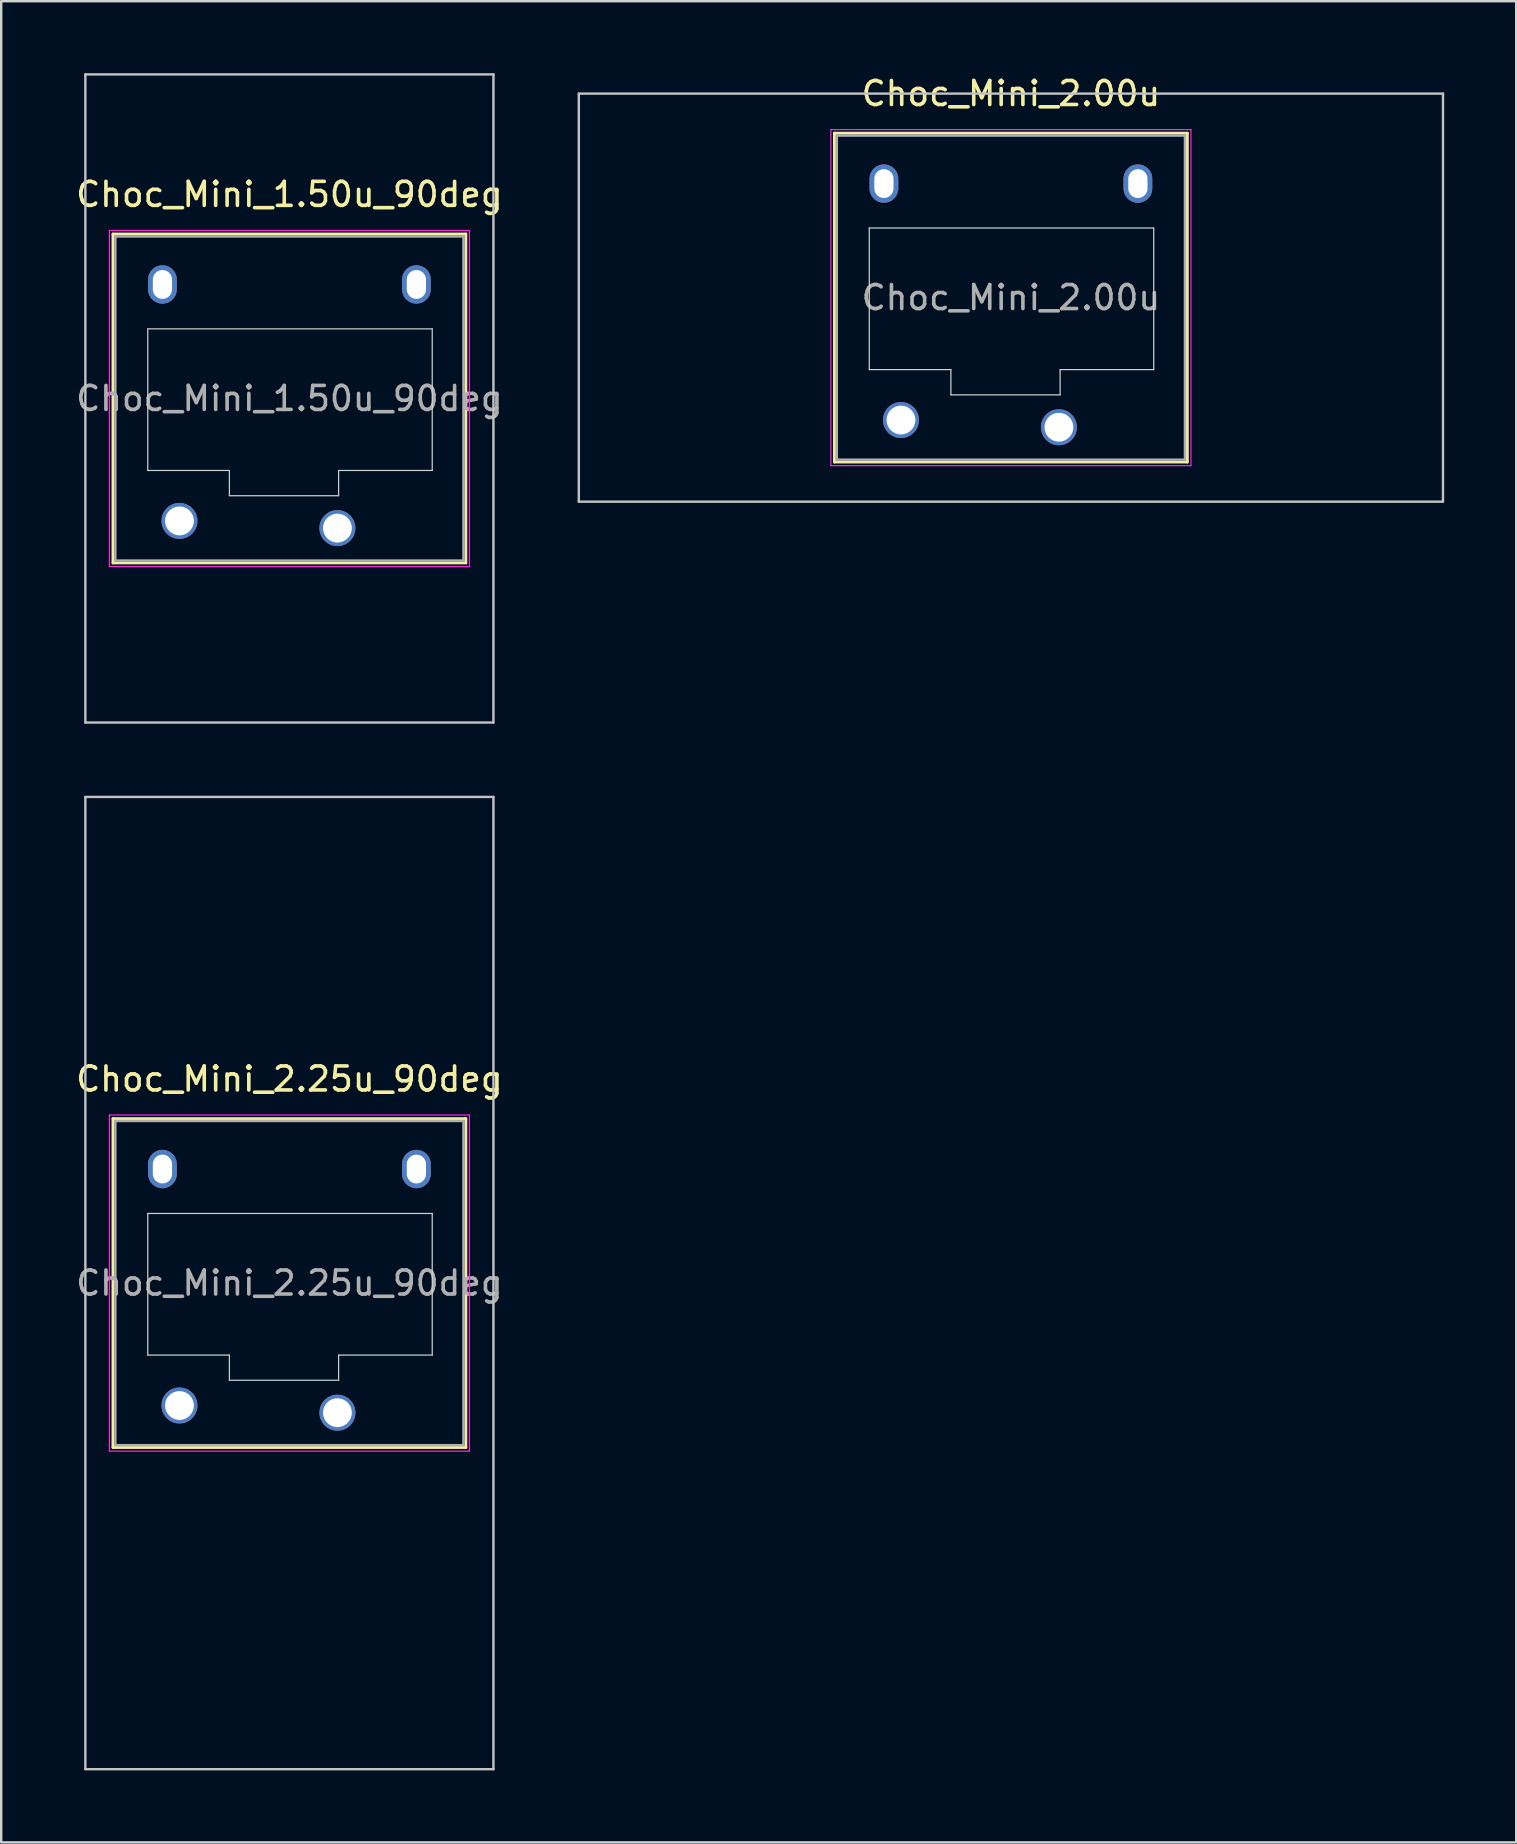
<source format=kicad_pcb>
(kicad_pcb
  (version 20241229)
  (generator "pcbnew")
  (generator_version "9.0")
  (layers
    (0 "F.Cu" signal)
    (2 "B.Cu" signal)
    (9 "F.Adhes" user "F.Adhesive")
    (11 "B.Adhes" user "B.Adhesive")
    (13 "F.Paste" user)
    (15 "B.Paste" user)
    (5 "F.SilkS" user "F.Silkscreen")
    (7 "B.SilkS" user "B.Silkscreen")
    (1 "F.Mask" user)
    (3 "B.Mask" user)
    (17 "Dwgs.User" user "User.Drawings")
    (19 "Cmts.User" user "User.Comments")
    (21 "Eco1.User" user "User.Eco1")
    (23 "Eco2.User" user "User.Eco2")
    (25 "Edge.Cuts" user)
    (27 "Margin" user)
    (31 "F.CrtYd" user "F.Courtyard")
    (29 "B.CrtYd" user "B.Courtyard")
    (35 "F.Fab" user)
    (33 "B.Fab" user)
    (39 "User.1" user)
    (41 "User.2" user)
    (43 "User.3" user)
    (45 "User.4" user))
  (footprint "Choc_Mini_2.25u_90deg"
    (layer "F.Cu")
    (at 9.006 50.4)
    (property "Reference" "Choc_Mini_2.25u_90deg" (at 0 -8.5 0) (layer "F.SilkS") (effects (font (size 1 1) (thickness 0.15))))
    (attr through_hole)
    (fp_line (start -7.35 -6.85) (end -7.35 6.85) (stroke (width 0.12) (type solid)) (layer "F.SilkS"))
    (fp_line (start -7.35 6.85) (end 7.35 6.85) (stroke (width 0.12) (type solid)) (layer "F.SilkS"))
    (fp_line (start 7.35 -6.85) (end -7.35 -6.85) (stroke (width 0.12) (type solid)) (layer "F.SilkS"))
    (fp_line (start 7.35 6.85) (end 7.35 -6.85) (stroke (width 0.12) (type solid)) (layer "F.SilkS"))
    (fp_line (start -8.5 -20.25) (end 8.5 -20.25) (stroke (width 0.1) (type solid)) (layer "Dwgs.User"))
    (fp_line (start -8.5 20.25) (end -8.5 -20.25) (stroke (width 0.1) (type solid)) (layer "Dwgs.User"))
    (fp_line (start 8.5 -20.25) (end 8.5 20.25) (stroke (width 0.1) (type solid)) (layer "Dwgs.User"))
    (fp_line (start 8.5 20.25) (end -8.5 20.25) (stroke (width 0.1) (type solid)) (layer "Dwgs.User"))
    (fp_line (start -6.85 -6.35) (end -6.85 6.35) (stroke (width 0.1) (type solid)) (layer "Eco1.User"))
    (fp_line (start -6.85 6.35) (end 6.85 6.35) (stroke (width 0.1) (type solid)) (layer "Eco1.User"))
    (fp_line (start 6.85 -6.35) (end -6.85 -6.35) (stroke (width 0.1) (type solid)) (layer "Eco1.User"))
    (fp_line (start 6.85 6.35) (end 6.85 -6.35) (stroke (width 0.1) (type solid)) (layer "Eco1.User"))
    (fp_line (start -5.9 -2.9) (end -5.9 3) (stroke (width 0.05) (type solid)) (layer "Edge.Cuts"))
    (fp_line (start -5.9 3) (end -2.5 3) (stroke (width 0.05) (type solid)) (layer "Edge.Cuts"))
    (fp_line (start -2.5 3) (end -2.5 4.05) (stroke (width 0.05) (type solid)) (layer "Edge.Cuts"))
    (fp_line (start -2.5 4.05) (end 2.05 4.05) (stroke (width 0.05) (type solid)) (layer "Edge.Cuts"))
    (fp_line (start 2.05 3) (end 5.95 3) (stroke (width 0.05) (type solid)) (layer "Edge.Cuts"))
    (fp_line (start 2.05 4.05) (end 2.05 3) (stroke (width 0.05) (type solid)) (layer "Edge.Cuts"))
    (fp_line (start 5.95 -2.9) (end -5.9 -2.9) (stroke (width 0.05) (type solid)) (layer "Edge.Cuts"))
    (fp_line (start 5.95 3) (end 5.95 -2.9) (stroke (width 0.05) (type solid)) (layer "Edge.Cuts"))
    (fp_line (start -7.5 -7) (end -7.5 7) (stroke (width 0.05) (type solid)) (layer "F.CrtYd"))
    (fp_line (start -7.5 7) (end 7.5 7) (stroke (width 0.05) (type solid)) (layer "F.CrtYd"))
    (fp_line (start 7.5 -7) (end -7.5 -7) (stroke (width 0.05) (type solid)) (layer "F.CrtYd"))
    (fp_line (start 7.5 7) (end 7.5 -7) (stroke (width 0.05) (type solid)) (layer "F.CrtYd"))
    (fp_line (start -7.25 -6.75) (end -7.25 6.75) (stroke (width 0.1) (type solid)) (layer "F.Fab"))
    (fp_line (start -7.25 6.75) (end 7.25 6.75) (stroke (width 0.1) (type solid)) (layer "F.Fab"))
    (fp_line (start 7.25 -6.75) (end -7.25 -6.75) (stroke (width 0.1) (type solid)) (layer "F.Fab"))
    (fp_line (start 7.25 6.75) (end 7.25 -6.75) (stroke (width 0.1) (type solid)) (layer "F.Fab"))
    (fp_text user "${REFERENCE}" (at 0 0 0) (layer "F.Fab") (effects (font (size 1 1) (thickness 0.15))))
    (pad "" np_thru_hole oval (at -5.29 -4.75) (size 1.2 1.6) (drill oval 0.8 1.2) (layers "*.Cu" "*.Mask"))
    (pad "" np_thru_hole oval (at 5.29 -4.75) (size 1.2 1.6) (drill oval 0.8 1.2) (layers "*.Cu" "*.Mask"))
    (pad "1" thru_hole circle (at 2 5.4) (size 1.5 1.5) (drill 1.2) (layers "*.Cu" "*.Mask"))
    (pad "2" thru_hole circle (at -4.58 5.1) (size 1.5 1.5) (drill 1.2) (layers "*.Cu" "*.Mask")))
  (footprint "Choc_Mini_2.00u"
    (layer "F.Cu")
    (at 39.062 9.348)
    (property "Reference" "Choc_Mini_2.00u" (at 0 -8.5 0) (layer "F.SilkS") (effects (font (size 1 1) (thickness 0.15))))
    (attr through_hole)
    (fp_line (start -7.35 -6.85) (end -7.35 6.85) (stroke (width 0.12) (type solid)) (layer "F.SilkS"))
    (fp_line (start -7.35 6.85) (end 7.35 6.85) (stroke (width 0.12) (type solid)) (layer "F.SilkS"))
    (fp_line (start 7.35 -6.85) (end -7.35 -6.85) (stroke (width 0.12) (type solid)) (layer "F.SilkS"))
    (fp_line (start 7.35 6.85) (end 7.35 -6.85) (stroke (width 0.12) (type solid)) (layer "F.SilkS"))
    (fp_line (start -18 -8.5) (end -18 8.5) (stroke (width 0.1) (type solid)) (layer "Dwgs.User"))
    (fp_line (start -18 8.5) (end 18 8.5) (stroke (width 0.1) (type solid)) (layer "Dwgs.User"))
    (fp_line (start 18 -8.5) (end -18 -8.5) (stroke (width 0.1) (type solid)) (layer "Dwgs.User"))
    (fp_line (start 18 8.5) (end 18 -8.5) (stroke (width 0.1) (type solid)) (layer "Dwgs.User"))
    (fp_line (start -6.85 -6.35) (end -6.85 6.35) (stroke (width 0.1) (type solid)) (layer "Eco1.User"))
    (fp_line (start -6.85 6.35) (end 6.85 6.35) (stroke (width 0.1) (type solid)) (layer "Eco1.User"))
    (fp_line (start 6.85 -6.35) (end -6.85 -6.35) (stroke (width 0.1) (type solid)) (layer "Eco1.User"))
    (fp_line (start 6.85 6.35) (end 6.85 -6.35) (stroke (width 0.1) (type solid)) (layer "Eco1.User"))
    (fp_line (start -5.9 -2.9) (end -5.9 3) (stroke (width 0.05) (type solid)) (layer "Edge.Cuts"))
    (fp_line (start -5.9 3) (end -2.5 3) (stroke (width 0.05) (type solid)) (layer "Edge.Cuts"))
    (fp_line (start -2.5 3) (end -2.5 4.05) (stroke (width 0.05) (type solid)) (layer "Edge.Cuts"))
    (fp_line (start -2.5 4.05) (end 2.05 4.05) (stroke (width 0.05) (type solid)) (layer "Edge.Cuts"))
    (fp_line (start 2.05 3) (end 5.95 3) (stroke (width 0.05) (type solid)) (layer "Edge.Cuts"))
    (fp_line (start 2.05 4.05) (end 2.05 3) (stroke (width 0.05) (type solid)) (layer "Edge.Cuts"))
    (fp_line (start 5.95 -2.9) (end -5.9 -2.9) (stroke (width 0.05) (type solid)) (layer "Edge.Cuts"))
    (fp_line (start 5.95 3) (end 5.95 -2.9) (stroke (width 0.05) (type solid)) (layer "Edge.Cuts"))
    (fp_line (start -7.5 -7) (end -7.5 7) (stroke (width 0.05) (type solid)) (layer "F.CrtYd"))
    (fp_line (start -7.5 7) (end 7.5 7) (stroke (width 0.05) (type solid)) (layer "F.CrtYd"))
    (fp_line (start 7.5 -7) (end -7.5 -7) (stroke (width 0.05) (type solid)) (layer "F.CrtYd"))
    (fp_line (start 7.5 7) (end 7.5 -7) (stroke (width 0.05) (type solid)) (layer "F.CrtYd"))
    (fp_line (start -7.25 -6.75) (end -7.25 6.75) (stroke (width 0.1) (type solid)) (layer "F.Fab"))
    (fp_line (start -7.25 6.75) (end 7.25 6.75) (stroke (width 0.1) (type solid)) (layer "F.Fab"))
    (fp_line (start 7.25 -6.75) (end -7.25 -6.75) (stroke (width 0.1) (type solid)) (layer "F.Fab"))
    (fp_line (start 7.25 6.75) (end 7.25 -6.75) (stroke (width 0.1) (type solid)) (layer "F.Fab"))
    (fp_text user "${REFERENCE}" (at 0 0 0) (layer "F.Fab") (effects (font (size 1 1) (thickness 0.15))))
    (pad "" np_thru_hole oval (at -5.29 -4.75) (size 1.2 1.6) (drill oval 0.8 1.2) (layers "*.Cu" "*.Mask"))
    (pad "" np_thru_hole oval (at 5.29 -4.75) (size 1.2 1.6) (drill oval 0.8 1.2) (layers "*.Cu" "*.Mask"))
    (pad "1" thru_hole circle (at 2 5.4) (size 1.5 1.5) (drill 1.2) (layers "*.Cu" "*.Mask"))
    (pad "2" thru_hole circle (at -4.58 5.1) (size 1.5 1.5) (drill 1.2) (layers "*.Cu" "*.Mask")))
  (footprint "Choc_Mini_1.50u_90deg"
    (layer "F.Cu")
    (at 9.006 13.55)
    (property "Reference" "Choc_Mini_1.50u_90deg" (at 0 -8.5 0) (layer "F.SilkS") (effects (font (size 1 1) (thickness 0.15))))
    (attr through_hole)
    (fp_line (start -7.35 -6.85) (end -7.35 6.85) (stroke (width 0.12) (type solid)) (layer "F.SilkS"))
    (fp_line (start -7.35 6.85) (end 7.35 6.85) (stroke (width 0.12) (type solid)) (layer "F.SilkS"))
    (fp_line (start 7.35 -6.85) (end -7.35 -6.85) (stroke (width 0.12) (type solid)) (layer "F.SilkS"))
    (fp_line (start 7.35 6.85) (end 7.35 -6.85) (stroke (width 0.12) (type solid)) (layer "F.SilkS"))
    (fp_line (start -8.5 -13.5) (end 8.5 -13.5) (stroke (width 0.1) (type solid)) (layer "Dwgs.User"))
    (fp_line (start -8.5 13.5) (end -8.5 -13.5) (stroke (width 0.1) (type solid)) (layer "Dwgs.User"))
    (fp_line (start 8.5 -13.5) (end 8.5 13.5) (stroke (width 0.1) (type solid)) (layer "Dwgs.User"))
    (fp_line (start 8.5 13.5) (end -8.5 13.5) (stroke (width 0.1) (type solid)) (layer "Dwgs.User"))
    (fp_line (start -6.85 -6.35) (end -6.85 6.35) (stroke (width 0.1) (type solid)) (layer "Eco1.User"))
    (fp_line (start -6.85 6.35) (end 6.85 6.35) (stroke (width 0.1) (type solid)) (layer "Eco1.User"))
    (fp_line (start 6.85 -6.35) (end -6.85 -6.35) (stroke (width 0.1) (type solid)) (layer "Eco1.User"))
    (fp_line (start 6.85 6.35) (end 6.85 -6.35) (stroke (width 0.1) (type solid)) (layer "Eco1.User"))
    (fp_line (start -5.9 -2.9) (end -5.9 3) (stroke (width 0.05) (type solid)) (layer "Edge.Cuts"))
    (fp_line (start -5.9 3) (end -2.5 3) (stroke (width 0.05) (type solid)) (layer "Edge.Cuts"))
    (fp_line (start -2.5 3) (end -2.5 4.05) (stroke (width 0.05) (type solid)) (layer "Edge.Cuts"))
    (fp_line (start -2.5 4.05) (end 2.05 4.05) (stroke (width 0.05) (type solid)) (layer "Edge.Cuts"))
    (fp_line (start 2.05 3) (end 5.95 3) (stroke (width 0.05) (type solid)) (layer "Edge.Cuts"))
    (fp_line (start 2.05 4.05) (end 2.05 3) (stroke (width 0.05) (type solid)) (layer "Edge.Cuts"))
    (fp_line (start 5.95 -2.9) (end -5.9 -2.9) (stroke (width 0.05) (type solid)) (layer "Edge.Cuts"))
    (fp_line (start 5.95 3) (end 5.95 -2.9) (stroke (width 0.05) (type solid)) (layer "Edge.Cuts"))
    (fp_line (start -7.5 -7) (end -7.5 7) (stroke (width 0.05) (type solid)) (layer "F.CrtYd"))
    (fp_line (start -7.5 7) (end 7.5 7) (stroke (width 0.05) (type solid)) (layer "F.CrtYd"))
    (fp_line (start 7.5 -7) (end -7.5 -7) (stroke (width 0.05) (type solid)) (layer "F.CrtYd"))
    (fp_line (start 7.5 7) (end 7.5 -7) (stroke (width 0.05) (type solid)) (layer "F.CrtYd"))
    (fp_line (start -7.25 -6.75) (end -7.25 6.75) (stroke (width 0.1) (type solid)) (layer "F.Fab"))
    (fp_line (start -7.25 6.75) (end 7.25 6.75) (stroke (width 0.1) (type solid)) (layer "F.Fab"))
    (fp_line (start 7.25 -6.75) (end -7.25 -6.75) (stroke (width 0.1) (type solid)) (layer "F.Fab"))
    (fp_line (start 7.25 6.75) (end 7.25 -6.75) (stroke (width 0.1) (type solid)) (layer "F.Fab"))
    (fp_text user "${REFERENCE}" (at 0 0 0) (layer "F.Fab") (effects (font (size 1 1) (thickness 0.15))))
    (pad "" np_thru_hole oval (at -5.29 -4.75) (size 1.2 1.6) (drill oval 0.8 1.2) (layers "*.Cu" "*.Mask"))
    (pad "" np_thru_hole oval (at 5.29 -4.75) (size 1.2 1.6) (drill oval 0.8 1.2) (layers "*.Cu" "*.Mask"))
    (pad "1" thru_hole circle (at 2 5.4) (size 1.5 1.5) (drill 1.2) (layers "*.Cu" "*.Mask"))
    (pad "2" thru_hole circle (at -4.58 5.1) (size 1.5 1.5) (drill 1.2) (layers "*.Cu" "*.Mask")))
  (gr_rect
    (start -3 -3)
    (end 60.112 73.7)
    (stroke (width 0.1) (type default))
    (fill no)
    (layer "Edge.Cuts")))
</source>
